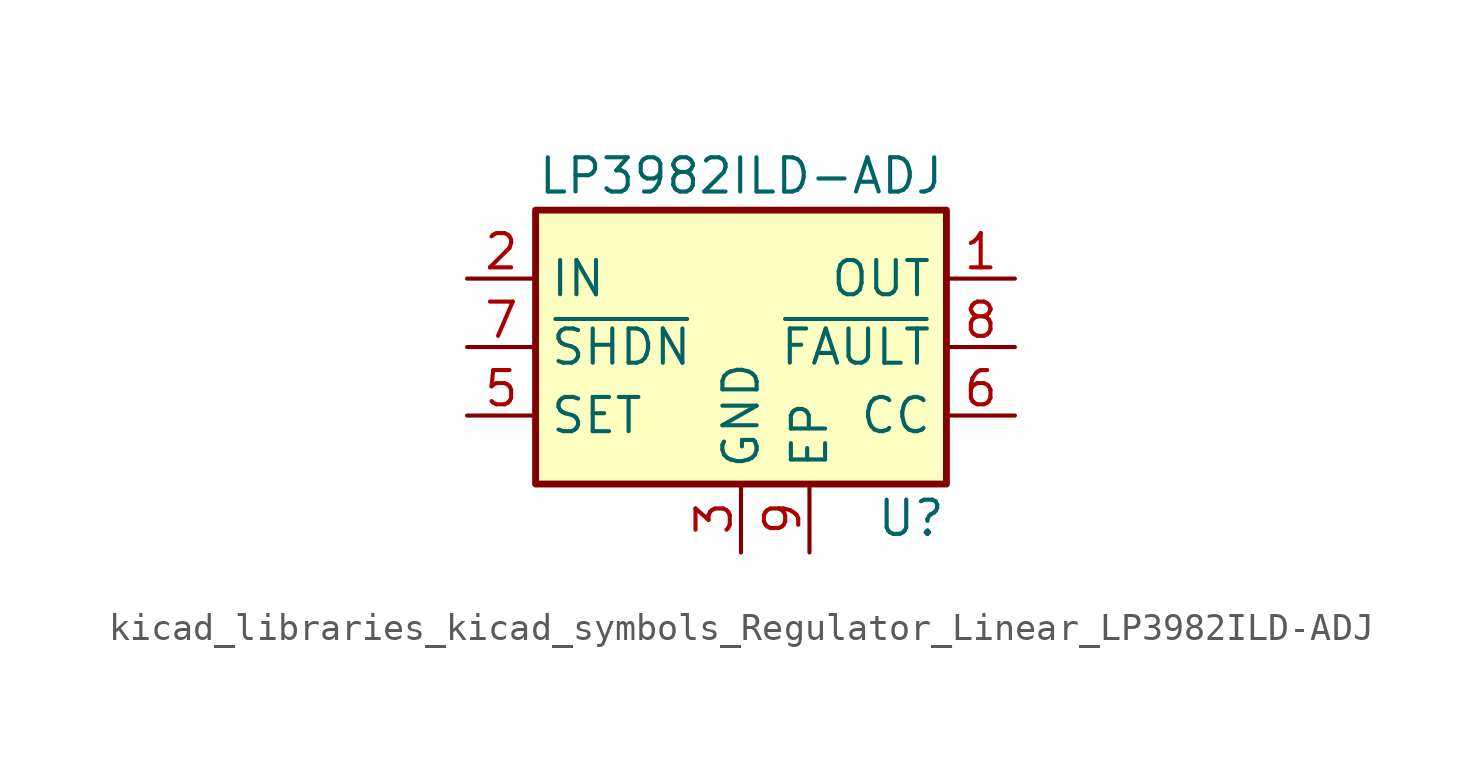
<source format=kicad_sym>
(kicad_symbol_lib
  (version 20220914)
  (generator kicad_symbol_editor)
  (symbol "kicad_libraries_kicad_symbols_Regulator_Linear_LP3982ILD-ADJ"
    (property "Reference" "U"
      (at 7.62 -6.35 0)
      (effects (font (size 1.27 1.27)) (justify right)))
    (property "Value" "LP3982ILD-ADJ"
      (at 0 6.35 0)
      (effects (font (size 1.27 1.27))))
    (symbol "kicad_libraries_kicad_symbols_Regulator_Linear_LP3982ILD-ADJ_0_1"
      (rectangle (start -7.62 5.08) (end 7.62 -5.08) (stroke (width 0.254) (type default)) (fill (type background))))
    (symbol "kicad_libraries_kicad_symbols_Regulator_Linear_LP3982ILD-ADJ_1_1"
      (pin power_out line (at 10.16 2.54 180) (length 2.54) (name "OUT" (effects (font (size 1.27 1.27)))) (number "1" (effects (font (size 1.27 1.27)))))
      (pin power_in line (at -10.16 2.54 0) (length 2.54) (name "IN" (effects (font (size 1.27 1.27)))) (number "2" (effects (font (size 1.27 1.27)))))
      (pin power_in line (at 0 -7.62 90) (length 2.54) (name "GND" (effects (font (size 1.27 1.27)))) (number "3" (effects (font (size 1.27 1.27)))))
      (pin passive line (at 10.16 2.54 180) (length 2.54) hide (name "OUT" (effects (font (size 1.27 1.27)))) (number "4" (effects (font (size 1.27 1.27)))))
      (pin passive line (at -10.16 -2.54 0) (length 2.54) (name "SET" (effects (font (size 1.27 1.27)))) (number "5" (effects (font (size 1.27 1.27)))))
      (pin passive line (at 10.16 -2.54 180) (length 2.54) (name "CC" (effects (font (size 1.27 1.27)))) (number "6" (effects (font (size 1.27 1.27)))))
      (pin input line (at -10.16 0 0) (length 2.54) (name "~{SHDN}" (effects (font (size 1.27 1.27)))) (number "7" (effects (font (size 1.27 1.27)))))
      (pin open_collector line (at 10.16 0 180) (length 2.54) (name "~{FAULT}" (effects (font (size 1.27 1.27)))) (number "8" (effects (font (size 1.27 1.27)))))
      (pin passive line (at 2.54 -7.62 90) (length 2.54) (name "EP" (effects (font (size 1.27 1.27)))) (number "9" (effects (font (size 1.27 1.27))))))))
</source>
